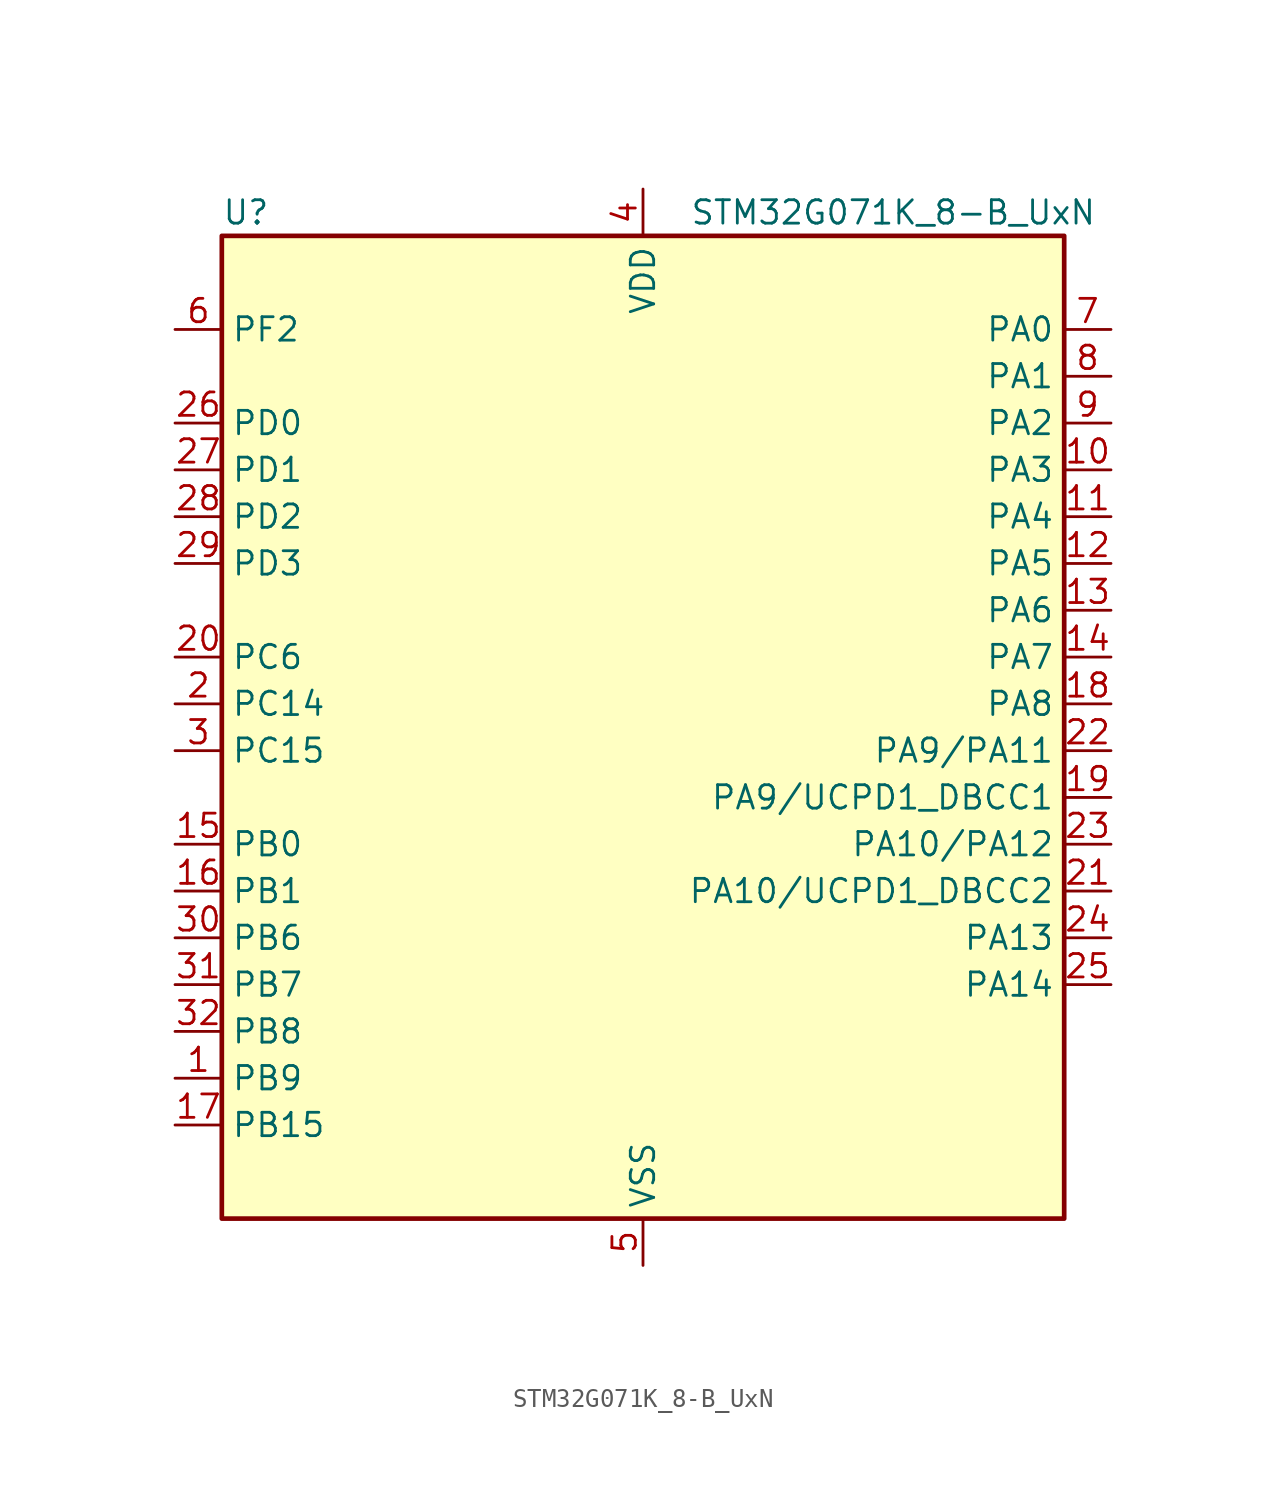
<source format=kicad_sym>
(kicad_symbol_lib
  (version 20231120)
  (generator "kicad-library-utils")
  (generator_version "8.0")
  (symbol "STM32G071K_8-B_UxN"
    (property "Reference" "U"
      (at -22.86 29.21 0)
      (effects (font (size 1.27 1.27)) (justify left)))
    (property "Value" "STM32G071K_8-B_UxN"
      (at 2.54 29.21 0)
      (effects (font (size 1.27 1.27)) (justify left)))
    (symbol "STM32G071K_8-B_UxN_0_1"
      (rectangle (start -22.86 -25.4) (end 22.86 27.94) (stroke (width 0.254) (type default)) (fill (type background))))
    (symbol "STM32G071K_8-B_UxN_1_1"
      (pin bidirectional line (at -25.4 -17.78 0) (length 2.54) (name "PB9" (effects (font (size 1.27 1.27)))) (number "1" (effects (font (size 1.27 1.27)))) (alternate "DAC1_EXTI9" bidirectional line) (alternate "I2C1_SDA" bidirectional line) (alternate "IR_OUT" bidirectional line) (alternate "SPI2_NSS" bidirectional line) (alternate "TIM17_CH1" bidirectional line) (alternate "UCPD2_FRSTX1" bidirectional line) (alternate "UCPD2_FRSTX2" bidirectional line) (alternate "USART3_RX" bidirectional line))
      (pin bidirectional line (at 25.4 15.24 180) (length 2.54) (name "PA3" (effects (font (size 1.27 1.27)))) (number "10" (effects (font (size 1.27 1.27)))) (alternate "ADC1_IN3" bidirectional line) (alternate "COMP2_INP" bidirectional line) (alternate "LPUART1_RX" bidirectional line) (alternate "SPI2_MISO" bidirectional line) (alternate "TIM15_CH2" bidirectional line) (alternate "TIM2_CH4" bidirectional line) (alternate "UCPD2_FRSTX1" bidirectional line) (alternate "UCPD2_FRSTX2" bidirectional line) (alternate "USART2_RX" bidirectional line))
      (pin bidirectional line (at 25.4 12.7 180) (length 2.54) (name "PA4" (effects (font (size 1.27 1.27)))) (number "11" (effects (font (size 1.27 1.27)))) (alternate "ADC1_IN4" bidirectional line) (alternate "DAC1_OUT1" bidirectional line) (alternate "I2S1_WS" bidirectional line) (alternate "LPTIM2_OUT" bidirectional line) (alternate "RTC_OUT_ALARM" bidirectional line) (alternate "RTC_OUT_CALIB" bidirectional line) (alternate "RTC_TAMP_IN1" bidirectional line) (alternate "RTC_TS" bidirectional line) (alternate "SPI1_NSS" bidirectional line) (alternate "SPI2_MOSI" bidirectional line) (alternate "SYS_WKUP2" bidirectional line) (alternate "TIM14_CH1" bidirectional line) (alternate "UCPD2_FRSTX1" bidirectional line) (alternate "UCPD2_FRSTX2" bidirectional line))
      (pin bidirectional line (at 25.4 10.16 180) (length 2.54) (name "PA5" (effects (font (size 1.27 1.27)))) (number "12" (effects (font (size 1.27 1.27)))) (alternate "ADC1_IN5" bidirectional line) (alternate "CEC" bidirectional line) (alternate "DAC1_OUT2" bidirectional line) (alternate "I2S1_CK" bidirectional line) (alternate "LPTIM2_ETR" bidirectional line) (alternate "SPI1_SCK" bidirectional line) (alternate "TIM2_CH1" bidirectional line) (alternate "TIM2_ETR" bidirectional line) (alternate "UCPD1_FRSTX1" bidirectional line) (alternate "UCPD1_FRSTX2" bidirectional line) (alternate "USART3_TX" bidirectional line))
      (pin bidirectional line (at 25.4 7.62 180) (length 2.54) (name "PA6" (effects (font (size 1.27 1.27)))) (number "13" (effects (font (size 1.27 1.27)))) (alternate "ADC1_IN6" bidirectional line) (alternate "COMP1_OUT" bidirectional line) (alternate "I2S1_MCK" bidirectional line) (alternate "LPUART1_CTS" bidirectional line) (alternate "SPI1_MISO" bidirectional line) (alternate "TIM16_CH1" bidirectional line) (alternate "TIM1_BK" bidirectional line) (alternate "TIM3_CH1" bidirectional line) (alternate "USART3_CTS" bidirectional line) (alternate "USART3_NSS" bidirectional line))
      (pin bidirectional line (at 25.4 5.08 180) (length 2.54) (name "PA7" (effects (font (size 1.27 1.27)))) (number "14" (effects (font (size 1.27 1.27)))) (alternate "ADC1_IN7" bidirectional line) (alternate "COMP2_OUT" bidirectional line) (alternate "I2S1_SD" bidirectional line) (alternate "SPI1_MOSI" bidirectional line) (alternate "TIM14_CH1" bidirectional line) (alternate "TIM17_CH1" bidirectional line) (alternate "TIM1_CH1N" bidirectional line) (alternate "TIM3_CH2" bidirectional line) (alternate "UCPD1_FRSTX1" bidirectional line) (alternate "UCPD1_FRSTX2" bidirectional line))
      (pin bidirectional line (at -25.4 -5.08 0) (length 2.54) (name "PB0" (effects (font (size 1.27 1.27)))) (number "15" (effects (font (size 1.27 1.27)))) (alternate "ADC1_IN8" bidirectional line) (alternate "COMP1_OUT" bidirectional line) (alternate "I2S1_WS" bidirectional line) (alternate "LPTIM1_OUT" bidirectional line) (alternate "SPI1_NSS" bidirectional line) (alternate "TIM1_CH2N" bidirectional line) (alternate "TIM3_CH3" bidirectional line) (alternate "UCPD1_FRSTX1" bidirectional line) (alternate "UCPD1_FRSTX2" bidirectional line) (alternate "USART3_RX" bidirectional line))
      (pin bidirectional line (at -25.4 -7.62 0) (length 2.54) (name "PB1" (effects (font (size 1.27 1.27)))) (number "16" (effects (font (size 1.27 1.27)))) (alternate "ADC1_IN9" bidirectional line) (alternate "COMP1_INM" bidirectional line) (alternate "LPTIM2_IN1" bidirectional line) (alternate "LPUART1_DE" bidirectional line) (alternate "LPUART1_RTS" bidirectional line) (alternate "TIM14_CH1" bidirectional line) (alternate "TIM1_CH3N" bidirectional line) (alternate "TIM3_CH4" bidirectional line) (alternate "USART3_CK" bidirectional line) (alternate "USART3_DE" bidirectional line) (alternate "USART3_RTS" bidirectional line))
      (pin bidirectional line (at -25.4 -20.32 0) (length 2.54) (name "PB15" (effects (font (size 1.27 1.27)))) (number "17" (effects (font (size 1.27 1.27)))) (alternate "RTC_REFIN" bidirectional line) (alternate "SPI2_MOSI" bidirectional line) (alternate "TIM15_CH1N" bidirectional line) (alternate "TIM15_CH2" bidirectional line) (alternate "TIM1_CH3N" bidirectional line) (alternate "UCPD1_CC2" bidirectional line))
      (pin bidirectional line (at 25.4 2.54 180) (length 2.54) (name "PA8" (effects (font (size 1.27 1.27)))) (number "18" (effects (font (size 1.27 1.27)))) (alternate "LPTIM2_OUT" bidirectional line) (alternate "RCC_MCO" bidirectional line) (alternate "SPI2_NSS" bidirectional line) (alternate "TIM1_CH1" bidirectional line) (alternate "UCPD1_CC1" bidirectional line))
      (pin bidirectional line (at 25.4 -2.54 180) (length 2.54) (name "PA9/UCPD1_DBCC1" (effects (font (size 1.27 1.27)))) (number "19" (effects (font (size 1.27 1.27)))) (alternate "PA9" bidirectional line) (alternate "DAC1_EXTI9 (PA9)" bidirectional line) (alternate "I2C1_SCL (PA9)" bidirectional line) (alternate "RCC_MCO (PA9)" bidirectional line) (alternate "SPI2_MISO (PA9)" bidirectional line) (alternate "TIM15_BK (PA9)" bidirectional line) (alternate "TIM1_CH2 (PA9)" bidirectional line) (alternate "UCPD1_DBCC1 (PA9)" bidirectional line) (alternate "USART1_TX (PA9)" bidirectional line) (alternate "UCPD1_DBCC1" bidirectional line) (alternate "UCPD1_DBCC1 (UCPD1_DBCC1)" bidirectional line))
      (pin bidirectional line (at -25.4 2.54 0) (length 2.54) (name "PC14" (effects (font (size 1.27 1.27)))) (number "2" (effects (font (size 1.27 1.27)))) (alternate "RCC_OSC32_IN" bidirectional line) (alternate "RCC_OSC_IN" bidirectional line) (alternate "TIM1_BK2" bidirectional line))
      (pin bidirectional line (at -25.4 5.08 0) (length 2.54) (name "PC6" (effects (font (size 1.27 1.27)))) (number "20" (effects (font (size 1.27 1.27)))) (alternate "TIM2_CH3" bidirectional line) (alternate "TIM3_CH1" bidirectional line) (alternate "UCPD1_FRSTX1" bidirectional line) (alternate "UCPD1_FRSTX2" bidirectional line))
      (pin bidirectional line (at 25.4 -7.62 180) (length 2.54) (name "PA10/UCPD1_DBCC2" (effects (font (size 1.27 1.27)))) (number "21" (effects (font (size 1.27 1.27)))) (alternate "PA10" bidirectional line) (alternate "I2C1_SDA (PA10)" bidirectional line) (alternate "SPI2_MOSI (PA10)" bidirectional line) (alternate "TIM17_BK (PA10)" bidirectional line) (alternate "TIM1_CH3 (PA10)" bidirectional line) (alternate "UCPD1_DBCC2 (PA10)" bidirectional line) (alternate "USART1_RX (PA10)" bidirectional line) (alternate "UCPD1_DBCC2" bidirectional line) (alternate "UCPD1_DBCC2 (UCPD1_DBCC2)" bidirectional line))
      (pin bidirectional line (at 25.4 0 180) (length 2.54) (name "PA9/PA11" (effects (font (size 1.27 1.27)))) (number "22" (effects (font (size 1.27 1.27)))) (alternate "PA9" bidirectional line) (alternate "DAC1_EXTI9 (PA9)" bidirectional line) (alternate "I2C1_SCL (PA9)" bidirectional line) (alternate "RCC_MCO (PA9)" bidirectional line) (alternate "SPI2_MISO (PA9)" bidirectional line) (alternate "TIM15_BK (PA9)" bidirectional line) (alternate "TIM1_CH2 (PA9)" bidirectional line) (alternate "USART1_TX (PA9)" bidirectional line) (alternate "PA11" bidirectional line) (alternate "ADC1_EXTI11 (PA11)" bidirectional line) (alternate "COMP1_OUT (PA11)" bidirectional line) (alternate "I2C2_SCL (PA11)" bidirectional line) (alternate "I2S1_MCK (PA11)" bidirectional line) (alternate "SPI1_MISO (PA11)" bidirectional line) (alternate "TIM1_BK2 (PA11)" bidirectional line) (alternate "TIM1_CH4 (PA11)" bidirectional line) (alternate "USART1_CTS (PA11)" bidirectional line) (alternate "USART1_NSS (PA11)" bidirectional line))
      (pin bidirectional line (at 25.4 -5.08 180) (length 2.54) (name "PA10/PA12" (effects (font (size 1.27 1.27)))) (number "23" (effects (font (size 1.27 1.27)))) (alternate "PA10" bidirectional line) (alternate "I2C1_SDA (PA10)" bidirectional line) (alternate "SPI2_MOSI (PA10)" bidirectional line) (alternate "TIM17_BK (PA10)" bidirectional line) (alternate "TIM1_CH3 (PA10)" bidirectional line) (alternate "USART1_RX (PA10)" bidirectional line) (alternate "PA12" bidirectional line) (alternate "COMP2_OUT (PA12)" bidirectional line) (alternate "I2C2_SDA (PA12)" bidirectional line) (alternate "I2S1_SD (PA12)" bidirectional line) (alternate "I2S_CKIN (PA12)" bidirectional line) (alternate "SPI1_MOSI (PA12)" bidirectional line) (alternate "TIM1_ETR (PA12)" bidirectional line) (alternate "USART1_CK (PA12)" bidirectional line) (alternate "USART1_DE (PA12)" bidirectional line) (alternate "USART1_RTS (PA12)" bidirectional line))
      (pin bidirectional line (at 25.4 -10.16 180) (length 2.54) (name "PA13" (effects (font (size 1.27 1.27)))) (number "24" (effects (font (size 1.27 1.27)))) (alternate "IR_OUT" bidirectional line) (alternate "SYS_SWDIO" bidirectional line))
      (pin bidirectional line (at 25.4 -12.7 180) (length 2.54) (name "PA14" (effects (font (size 1.27 1.27)))) (number "25" (effects (font (size 1.27 1.27)))) (alternate "SYS_SWCLK" bidirectional line) (alternate "USART2_TX" bidirectional line))
      (pin bidirectional line (at -25.4 17.78 0) (length 2.54) (name "PD0" (effects (font (size 1.27 1.27)))) (number "26" (effects (font (size 1.27 1.27)))) (alternate "SPI2_NSS" bidirectional line) (alternate "TIM16_CH1" bidirectional line) (alternate "UCPD2_CC1" bidirectional line))
      (pin bidirectional line (at -25.4 15.24 0) (length 2.54) (name "PD1" (effects (font (size 1.27 1.27)))) (number "27" (effects (font (size 1.27 1.27)))) (alternate "SPI2_SCK" bidirectional line) (alternate "TIM17_CH1" bidirectional line) (alternate "UCPD2_DBCC1" bidirectional line))
      (pin bidirectional line (at -25.4 12.7 0) (length 2.54) (name "PD2" (effects (font (size 1.27 1.27)))) (number "28" (effects (font (size 1.27 1.27)))) (alternate "TIM1_CH1N" bidirectional line) (alternate "TIM3_ETR" bidirectional line) (alternate "UCPD2_CC2" bidirectional line) (alternate "USART3_CK" bidirectional line) (alternate "USART3_DE" bidirectional line) (alternate "USART3_RTS" bidirectional line))
      (pin bidirectional line (at -25.4 10.16 0) (length 2.54) (name "PD3" (effects (font (size 1.27 1.27)))) (number "29" (effects (font (size 1.27 1.27)))) (alternate "SPI2_MISO" bidirectional line) (alternate "TIM1_CH2N" bidirectional line) (alternate "UCPD2_DBCC2" bidirectional line) (alternate "USART2_CTS" bidirectional line) (alternate "USART2_NSS" bidirectional line))
      (pin bidirectional line (at -25.4 0 0) (length 2.54) (name "PC15" (effects (font (size 1.27 1.27)))) (number "3" (effects (font (size 1.27 1.27)))) (alternate "RCC_OSC32_EN" bidirectional line) (alternate "RCC_OSC32_OUT" bidirectional line) (alternate "RCC_OSC_EN" bidirectional line) (alternate "TIM15_BK" bidirectional line))
      (pin bidirectional line (at -25.4 -10.16 0) (length 2.54) (name "PB6" (effects (font (size 1.27 1.27)))) (number "30" (effects (font (size 1.27 1.27)))) (alternate "COMP2_INP" bidirectional line) (alternate "I2C1_SCL" bidirectional line) (alternate "LPTIM1_ETR" bidirectional line) (alternate "SPI2_MISO" bidirectional line) (alternate "TIM16_CH1N" bidirectional line) (alternate "TIM1_CH3" bidirectional line) (alternate "USART1_TX" bidirectional line))
      (pin bidirectional line (at -25.4 -12.7 0) (length 2.54) (name "PB7" (effects (font (size 1.27 1.27)))) (number "31" (effects (font (size 1.27 1.27)))) (alternate "COMP2_INM" bidirectional line) (alternate "I2C1_SDA" bidirectional line) (alternate "LPTIM1_IN2" bidirectional line) (alternate "SPI2_MOSI" bidirectional line) (alternate "SYS_PVD_IN" bidirectional line) (alternate "TIM17_CH1N" bidirectional line) (alternate "USART1_RX" bidirectional line) (alternate "USART4_CTS" bidirectional line) (alternate "USART4_NSS" bidirectional line))
      (pin bidirectional line (at -25.4 -15.24 0) (length 2.54) (name "PB8" (effects (font (size 1.27 1.27)))) (number "32" (effects (font (size 1.27 1.27)))) (alternate "CEC" bidirectional line) (alternate "I2C1_SCL" bidirectional line) (alternate "SPI2_SCK" bidirectional line) (alternate "TIM15_BK" bidirectional line) (alternate "TIM16_CH1" bidirectional line) (alternate "USART3_TX" bidirectional line))
      (pin passive line (at 0 -27.94 90) (length 2.54) hide (name "VSS" (effects (font (size 1.27 1.27)))) (number "33" (effects (font (size 1.27 1.27)))))
      (pin power_in line (at 0 30.48 270) (length 2.54) (name "VDD" (effects (font (size 1.27 1.27)))) (number "4" (effects (font (size 1.27 1.27)))))
      (pin power_in line (at 0 -27.94 90) (length 2.54) (name "VSS" (effects (font (size 1.27 1.27)))) (number "5" (effects (font (size 1.27 1.27)))))
      (pin bidirectional line (at -25.4 22.86 0) (length 2.54) (name "PF2" (effects (font (size 1.27 1.27)))) (number "6" (effects (font (size 1.27 1.27)))) (alternate "RCC_MCO" bidirectional line))
      (pin bidirectional line (at 25.4 22.86 180) (length 2.54) (name "PA0" (effects (font (size 1.27 1.27)))) (number "7" (effects (font (size 1.27 1.27)))) (alternate "ADC1_IN0" bidirectional line) (alternate "COMP1_INM" bidirectional line) (alternate "COMP1_OUT" bidirectional line) (alternate "LPTIM1_OUT" bidirectional line) (alternate "RTC_TAMP_IN2" bidirectional line) (alternate "SPI2_SCK" bidirectional line) (alternate "SYS_WKUP1" bidirectional line) (alternate "TIM2_CH1" bidirectional line) (alternate "TIM2_ETR" bidirectional line) (alternate "UCPD2_FRSTX1" bidirectional line) (alternate "UCPD2_FRSTX2" bidirectional line) (alternate "USART2_CTS" bidirectional line) (alternate "USART2_NSS" bidirectional line) (alternate "USART4_TX" bidirectional line))
      (pin bidirectional line (at 25.4 20.32 180) (length 2.54) (name "PA1" (effects (font (size 1.27 1.27)))) (number "8" (effects (font (size 1.27 1.27)))) (alternate "ADC1_IN1" bidirectional line) (alternate "COMP1_INP" bidirectional line) (alternate "I2C1_SMBA" bidirectional line) (alternate "I2S1_CK" bidirectional line) (alternate "SPI1_SCK" bidirectional line) (alternate "TIM15_CH1N" bidirectional line) (alternate "TIM2_CH2" bidirectional line) (alternate "USART2_CK" bidirectional line) (alternate "USART2_DE" bidirectional line) (alternate "USART2_RTS" bidirectional line) (alternate "USART4_RX" bidirectional line))
      (pin bidirectional line (at 25.4 17.78 180) (length 2.54) (name "PA2" (effects (font (size 1.27 1.27)))) (number "9" (effects (font (size 1.27 1.27)))) (alternate "ADC1_IN2" bidirectional line) (alternate "COMP2_INM" bidirectional line) (alternate "COMP2_OUT" bidirectional line) (alternate "I2S1_SD" bidirectional line) (alternate "LPUART1_TX" bidirectional line) (alternate "RCC_LSCO" bidirectional line) (alternate "SPI1_MOSI" bidirectional line) (alternate "SYS_WKUP4" bidirectional line) (alternate "TIM15_CH1" bidirectional line) (alternate "TIM2_CH3" bidirectional line) (alternate "UCPD1_FRSTX1" bidirectional line) (alternate "UCPD1_FRSTX2" bidirectional line) (alternate "USART2_TX" bidirectional line)))))
</source>
